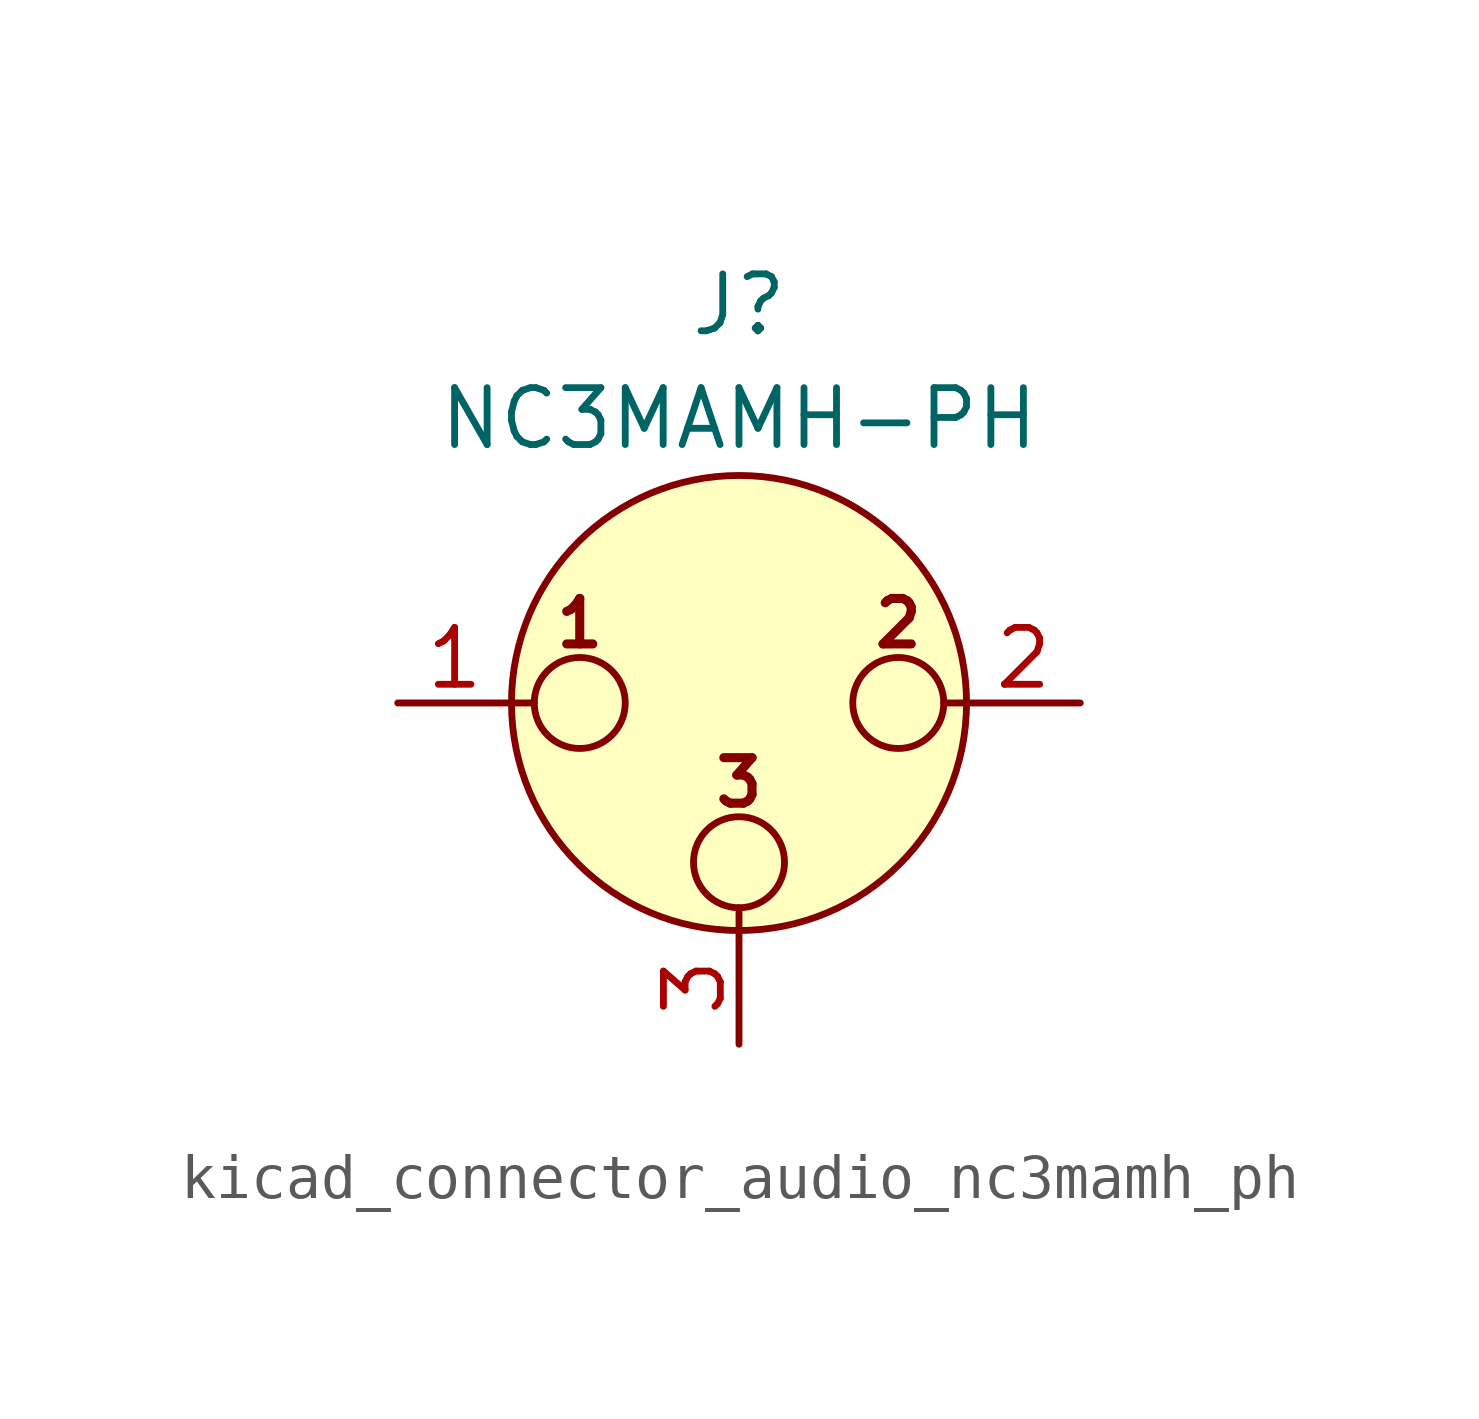
<source format=kicad_sym>
(kicad_symbol_lib
  (version 20220914)
  (generator kicad_symbol_editor)
  (symbol "kicad_connector_audio_nc3mamh_ph"
    (pin_names hide)
    (property "Reference" "J"
      (at 0 8.89 0)
      (effects (font (size 1.27 1.27))))
    (property "Value" "NC3MAMH-PH"
      (at 0 6.35 0)
      (effects (font (size 1.27 1.27))))
    (symbol "kicad_connector_audio_nc3mamh_ph_0_1"
      (circle (center -3.556 0) (radius 1.016) (stroke (width 0) (type default)) (fill (type none)))
      (circle (center 0 -3.556) (radius 1.016) (stroke (width 0) (type default)) (fill (type none)))
      (polyline (pts (xy -5.08 0) (xy -4.572 0)) (stroke (width 0) (type default)) (fill (type none)))
      (polyline (pts (xy 0 -5.08) (xy 0 -4.572)) (stroke (width 0) (type default)) (fill (type none)))
      (polyline (pts (xy 5.08 0) (xy 4.572 0)) (stroke (width 0) (type default)) (fill (type none)))
      (circle (center 0 0) (radius 5.08) (stroke (width 0) (type default)) (fill (type background)))
      (circle (center 3.556 0) (radius 1.016) (stroke (width 0) (type default)) (fill (type none)))
      (text "1" (at -3.556 1.778 0) (effects (font (size 1.016 1.016) bold)))
      (text "2" (at 3.556 1.778 0) (effects (font (size 1.016 1.016) bold)))
      (text "3" (at 0 -1.778 0) (effects (font (size 1.016 1.016) bold)))
      (pin passive line (at -7.62 0 0) (length 2.54) (name "~" (effects (font (size 1.27 1.27)))) (number "1" (effects (font (size 1.27 1.27)))))
      (pin passive line (at 7.62 0 180) (length 2.54) (name "~" (effects (font (size 1.27 1.27)))) (number "2" (effects (font (size 1.27 1.27)))))
      (pin passive line (at 0 -7.62 90) (length 2.54) (name "~" (effects (font (size 1.27 1.27)))) (number "3" (effects (font (size 1.27 1.27))))))))
</source>
